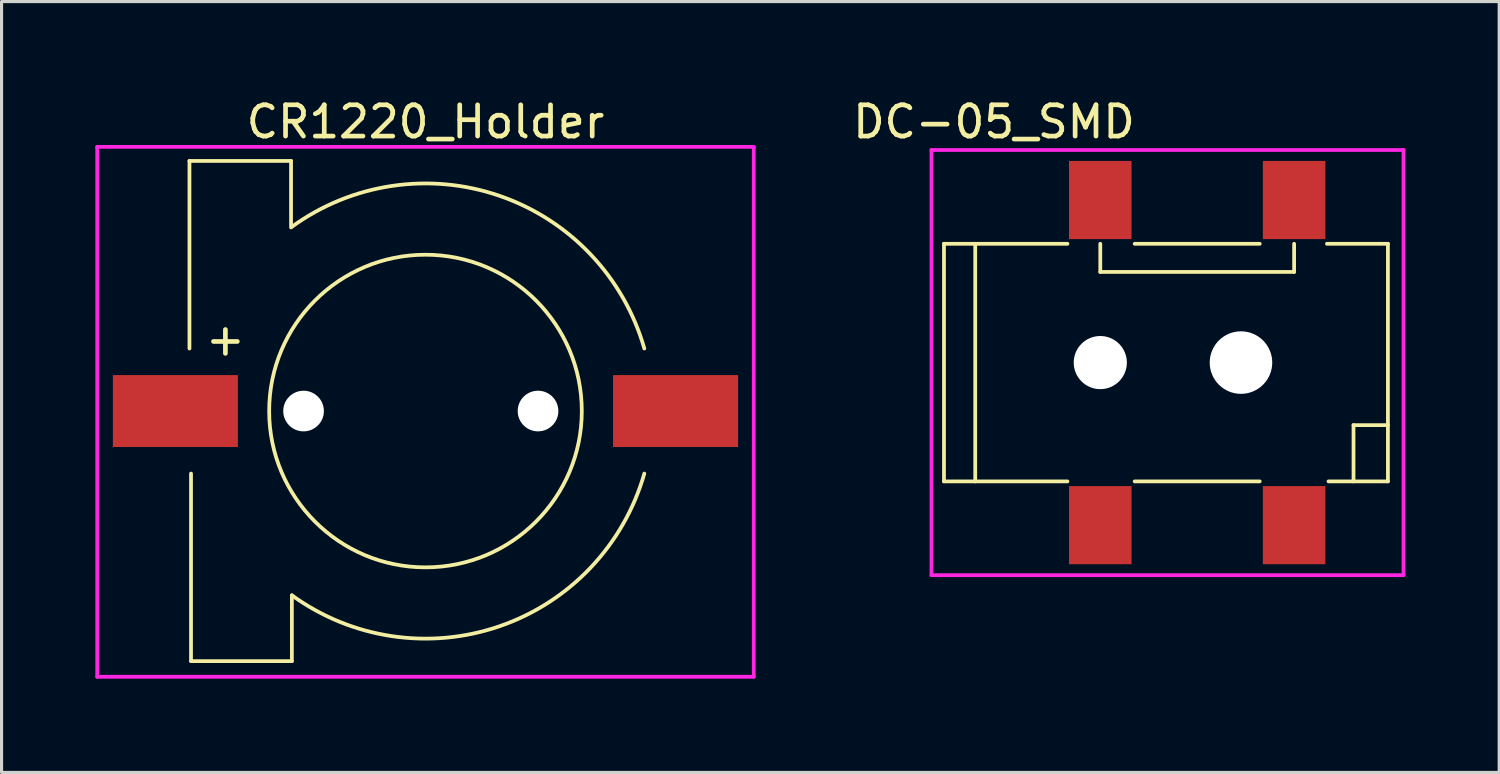
<source format=kicad_pcb>
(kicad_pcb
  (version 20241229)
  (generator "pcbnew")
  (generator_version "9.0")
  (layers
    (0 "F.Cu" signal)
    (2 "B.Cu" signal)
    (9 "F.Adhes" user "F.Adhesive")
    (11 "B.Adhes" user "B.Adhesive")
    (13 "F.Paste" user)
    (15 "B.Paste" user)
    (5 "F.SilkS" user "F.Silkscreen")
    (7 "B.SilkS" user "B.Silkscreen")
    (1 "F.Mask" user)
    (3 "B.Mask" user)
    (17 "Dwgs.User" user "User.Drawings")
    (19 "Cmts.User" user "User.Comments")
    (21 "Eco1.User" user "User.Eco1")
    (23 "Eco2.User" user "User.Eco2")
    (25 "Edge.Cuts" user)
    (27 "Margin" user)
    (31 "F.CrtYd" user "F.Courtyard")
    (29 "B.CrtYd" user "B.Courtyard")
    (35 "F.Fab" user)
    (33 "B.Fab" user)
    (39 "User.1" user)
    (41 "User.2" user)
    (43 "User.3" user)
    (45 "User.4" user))
  (footprint "CR1220_Holder"
    (layer "F.Cu")
    (at 10.56 10.098)
    (property "Reference" "CR1220_Holder" (at 0 -9.25 0) (layer "F.SilkS") (effects (font (size 1 1) (thickness 0.15))))
    (attr through_hole)
    (fp_line (start -7.55 -8) (end -4.3 -8) (stroke (width 0.12) (type solid)) (layer "F.SilkS"))
    (fp_line (start -7.55 -2) (end -7.55 -8) (stroke (width 0.12) (type solid)) (layer "F.SilkS"))
    (fp_line (start -7.5 8) (end -7.5 2) (stroke (width 0.12) (type solid)) (layer "F.SilkS"))
    (fp_line (start -7.5 8) (end -4.274 8) (stroke (width 0.12) (type solid)) (layer "F.SilkS"))
    (fp_line (start -4.3 -8) (end -4.3 -5.873) (stroke (width 0.12) (type solid)) (layer "F.SilkS"))
    (fp_line (start -4.274 8) (end -4.274 5.894) (stroke (width 0.12) (type solid)) (layer "F.SilkS"))
    (fp_arc (start -4.273526 -5.893808) (mid 2.376731 -6.881217) (end 7 -2) (stroke (width 0.12) (type solid)) (layer "F.SilkS"))
    (fp_arc (start 6.999999 1.999999) (mid 2.376731 6.881216) (end -4.273525 5.893807) (stroke (width 0.12) (type solid)) (layer "F.SilkS"))
    (fp_circle (center 0 0) (end 5 0) (stroke (width 0.12) (type solid)) (fill no) (layer "F.SilkS"))
    (fp_line (start -10.5 -8.45) (end -10.5 8.5) (stroke (width 0.12) (type solid)) (layer "F.CrtYd"))
    (fp_line (start -10.5 8.5) (end 10.5 8.5) (stroke (width 0.12) (type solid)) (layer "F.CrtYd"))
    (fp_line (start 10.5 -8.45) (end -10.5 -8.45) (stroke (width 0.12) (type solid)) (layer "F.CrtYd"))
    (fp_line (start 10.5 8.5) (end 10.5 -8.45) (stroke (width 0.12) (type solid)) (layer "F.CrtYd"))
    (fp_text user "+" (at -6.4 -2.3 0) (layer "F.SilkS") (effects (font (size 1 1) (thickness 0.15))))
    (pad "" np_thru_hole circle (at -3.9 0) (size 1.3 1.3) (drill 1.3) (layers "*.Cu" "*.Mask"))
    (pad "" np_thru_hole circle (at 3.6 0) (size 1.3 1.3) (drill 1.3) (layers "*.Cu" "*.Mask"))
    (pad "1" smd rect (at -8 0) (size 4 2.3) (layers "F.Cu" "F.Mask" "F.Paste"))
    (pad "2" smd rect (at 8 0) (size 4 2.3) (layers "F.Cu" "F.Mask" "F.Paste")))
  (footprint "DC-05_SMD"
    (layer "F.Cu")
    (at 36.245 8.548)
    (property "Reference" "DC-05_SMD" (at -7.5 -7.7 0) (layer "F.SilkS") (effects (font (size 1 1) (thickness 0.15))))
    (attr through_hole)
    (fp_line (start -9.1 -3.8) (end -9.1 3.8) (stroke (width 0.12) (type solid)) (layer "F.SilkS"))
    (fp_line (start -9.1 -3.8) (end -5.15 -3.8) (stroke (width 0.12) (type solid)) (layer "F.SilkS"))
    (fp_line (start -9.1 3.8) (end -5.15 3.8) (stroke (width 0.12) (type solid)) (layer "F.SilkS"))
    (fp_line (start -8.1 -3.8) (end -8.1 3.8) (stroke (width 0.12) (type solid)) (layer "F.SilkS"))
    (fp_line (start -4.1 -2.9) (end -4.1 -3.8) (stroke (width 0.12) (type solid)) (layer "F.SilkS"))
    (fp_line (start -4.1 -2.9) (end 2.1 -2.9) (stroke (width 0.12) (type solid)) (layer "F.SilkS"))
    (fp_line (start -3 -3.8) (end 1 -3.8) (stroke (width 0.12) (type solid)) (layer "F.SilkS"))
    (fp_line (start -3 3.8) (end 1 3.8) (stroke (width 0.12) (type solid)) (layer "F.SilkS"))
    (fp_line (start 2.1 -2.9) (end 2.1 -3.8) (stroke (width 0.12) (type solid)) (layer "F.SilkS"))
    (fp_line (start 4 2) (end 5.1 2) (stroke (width 0.12) (type solid)) (layer "F.SilkS"))
    (fp_line (start 4 3.8) (end 4 2) (stroke (width 0.12) (type solid)) (layer "F.SilkS"))
    (fp_line (start 5.1 -3.8) (end 3.15 -3.8) (stroke (width 0.12) (type solid)) (layer "F.SilkS"))
    (fp_line (start 5.1 -3.8) (end 5.1 3.8) (stroke (width 0.12) (type solid)) (layer "F.SilkS"))
    (fp_line (start 5.1 3.8) (end 3.2 3.8) (stroke (width 0.12) (type solid)) (layer "F.SilkS"))
    (fp_line (start -9.5 -6.8) (end -9.5 6.8) (stroke (width 0.12) (type solid)) (layer "F.CrtYd"))
    (fp_line (start -9.5 6.8) (end 5.6 6.8) (stroke (width 0.12) (type solid)) (layer "F.CrtYd"))
    (fp_line (start 5.6 -6.8) (end -9.5 -6.8) (stroke (width 0.12) (type solid)) (layer "F.CrtYd"))
    (fp_line (start 5.6 6.8) (end 5.6 -6.8) (stroke (width 0.12) (type solid)) (layer "F.CrtYd"))
    (pad "" np_thru_hole circle (at -4.1 0) (size 1.7 1.7) (drill 1.7) (layers "*.Cu" "*.Mask"))
    (pad "" np_thru_hole circle (at 0.4 0) (size 2 2) (drill 2) (layers "*.Cu" "*.Mask"))
    (pad "1" smd rect (at -4.1 -5.2) (size 2 2.5) (layers "F.Cu" "F.Mask" "F.Paste"))
    (pad "1" smd rect (at 2.1 -5.2) (size 2 2.5) (layers "F.Cu" "F.Mask" "F.Paste"))
    (pad "2" smd rect (at 2.1 5.2) (size 2 2.5) (layers "F.Cu" "F.Mask" "F.Paste"))
    (pad "3" smd rect (at -4.1 5.2) (size 2 2.5) (layers "F.Cu" "F.Mask" "F.Paste")))
  (gr_rect
    (start -3 -3)
    (end 44.905 21.658)
    (stroke (width 0.1) (type default))
    (fill no)
    (layer "Edge.Cuts")))
</source>
